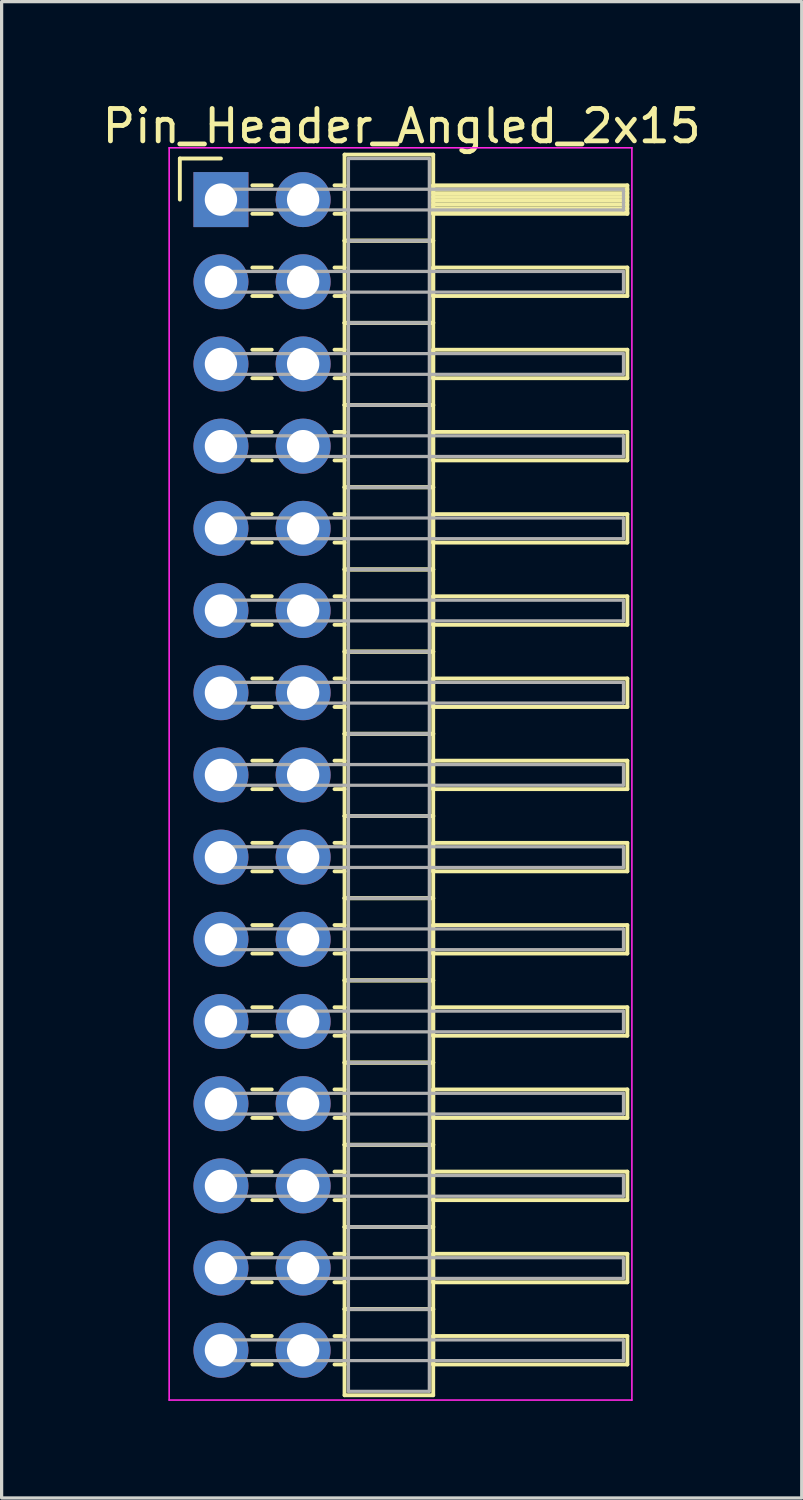
<source format=kicad_pcb>
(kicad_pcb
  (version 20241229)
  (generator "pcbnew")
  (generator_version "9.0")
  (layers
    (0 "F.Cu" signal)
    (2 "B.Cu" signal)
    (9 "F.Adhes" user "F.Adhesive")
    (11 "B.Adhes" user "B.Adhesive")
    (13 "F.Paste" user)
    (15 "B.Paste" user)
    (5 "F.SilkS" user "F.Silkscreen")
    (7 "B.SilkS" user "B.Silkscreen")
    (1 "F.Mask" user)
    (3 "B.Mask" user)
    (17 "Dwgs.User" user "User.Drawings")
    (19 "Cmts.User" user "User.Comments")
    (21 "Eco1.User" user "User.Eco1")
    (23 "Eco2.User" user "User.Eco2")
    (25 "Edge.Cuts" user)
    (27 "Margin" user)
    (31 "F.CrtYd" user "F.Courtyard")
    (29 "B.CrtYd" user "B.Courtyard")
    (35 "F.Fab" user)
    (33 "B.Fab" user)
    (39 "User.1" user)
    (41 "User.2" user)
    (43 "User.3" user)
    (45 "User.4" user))
  (footprint "Pin_Header_Angled_2x15"
    (layer "F.Cu")
    (at 3.778 3.118)
    (property "Reference" "Pin_Header_Angled_2x15" (at 5.585 -2.27 0) (layer "F.SilkS") (effects (font (size 1 1) (thickness 0.15))))
    (attr through_hole)
    (fp_line (start -1.27 -1.27) (end 0 -1.27) (stroke (width 0.12) (type solid)) (layer "F.SilkS"))
    (fp_line (start -1.27 0) (end -1.27 -1.27) (stroke (width 0.12) (type solid)) (layer "F.SilkS"))
    (fp_line (start 0.97 -0.44) (end 1.57 -0.44) (stroke (width 0.12) (type solid)) (layer "F.SilkS"))
    (fp_line (start 0.97 0.44) (end 1.57 0.44) (stroke (width 0.12) (type solid)) (layer "F.SilkS"))
    (fp_line (start 0.97 2.1) (end 1.57 2.1) (stroke (width 0.12) (type solid)) (layer "F.SilkS"))
    (fp_line (start 0.97 2.98) (end 1.57 2.98) (stroke (width 0.12) (type solid)) (layer "F.SilkS"))
    (fp_line (start 0.97 4.64) (end 1.57 4.64) (stroke (width 0.12) (type solid)) (layer "F.SilkS"))
    (fp_line (start 0.97 5.52) (end 1.57 5.52) (stroke (width 0.12) (type solid)) (layer "F.SilkS"))
    (fp_line (start 0.97 7.18) (end 1.57 7.18) (stroke (width 0.12) (type solid)) (layer "F.SilkS"))
    (fp_line (start 0.97 8.06) (end 1.57 8.06) (stroke (width 0.12) (type solid)) (layer "F.SilkS"))
    (fp_line (start 0.97 9.72) (end 1.57 9.72) (stroke (width 0.12) (type solid)) (layer "F.SilkS"))
    (fp_line (start 0.97 10.6) (end 1.57 10.6) (stroke (width 0.12) (type solid)) (layer "F.SilkS"))
    (fp_line (start 0.97 12.26) (end 1.57 12.26) (stroke (width 0.12) (type solid)) (layer "F.SilkS"))
    (fp_line (start 0.97 13.14) (end 1.57 13.14) (stroke (width 0.12) (type solid)) (layer "F.SilkS"))
    (fp_line (start 0.97 14.8) (end 1.57 14.8) (stroke (width 0.12) (type solid)) (layer "F.SilkS"))
    (fp_line (start 0.97 15.68) (end 1.57 15.68) (stroke (width 0.12) (type solid)) (layer "F.SilkS"))
    (fp_line (start 0.97 17.34) (end 1.57 17.34) (stroke (width 0.12) (type solid)) (layer "F.SilkS"))
    (fp_line (start 0.97 18.22) (end 1.57 18.22) (stroke (width 0.12) (type solid)) (layer "F.SilkS"))
    (fp_line (start 0.97 19.88) (end 1.57 19.88) (stroke (width 0.12) (type solid)) (layer "F.SilkS"))
    (fp_line (start 0.97 20.76) (end 1.57 20.76) (stroke (width 0.12) (type solid)) (layer "F.SilkS"))
    (fp_line (start 0.97 22.42) (end 1.57 22.42) (stroke (width 0.12) (type solid)) (layer "F.SilkS"))
    (fp_line (start 0.97 23.3) (end 1.57 23.3) (stroke (width 0.12) (type solid)) (layer "F.SilkS"))
    (fp_line (start 0.97 24.96) (end 1.57 24.96) (stroke (width 0.12) (type solid)) (layer "F.SilkS"))
    (fp_line (start 0.97 25.84) (end 1.57 25.84) (stroke (width 0.12) (type solid)) (layer "F.SilkS"))
    (fp_line (start 0.97 27.5) (end 1.57 27.5) (stroke (width 0.12) (type solid)) (layer "F.SilkS"))
    (fp_line (start 0.97 28.38) (end 1.57 28.38) (stroke (width 0.12) (type solid)) (layer "F.SilkS"))
    (fp_line (start 0.97 30.04) (end 1.57 30.04) (stroke (width 0.12) (type solid)) (layer "F.SilkS"))
    (fp_line (start 0.97 30.92) (end 1.57 30.92) (stroke (width 0.12) (type solid)) (layer "F.SilkS"))
    (fp_line (start 0.97 32.58) (end 1.57 32.58) (stroke (width 0.12) (type solid)) (layer "F.SilkS"))
    (fp_line (start 0.97 33.46) (end 1.57 33.46) (stroke (width 0.12) (type solid)) (layer "F.SilkS"))
    (fp_line (start 0.97 35.12) (end 1.57 35.12) (stroke (width 0.12) (type solid)) (layer "F.SilkS"))
    (fp_line (start 0.97 36) (end 1.57 36) (stroke (width 0.12) (type solid)) (layer "F.SilkS"))
    (fp_line (start 3.51 -0.44) (end 3.82 -0.44) (stroke (width 0.12) (type solid)) (layer "F.SilkS"))
    (fp_line (start 3.51 0.44) (end 3.82 0.44) (stroke (width 0.12) (type solid)) (layer "F.SilkS"))
    (fp_line (start 3.51 2.1) (end 3.82 2.1) (stroke (width 0.12) (type solid)) (layer "F.SilkS"))
    (fp_line (start 3.51 2.98) (end 3.82 2.98) (stroke (width 0.12) (type solid)) (layer "F.SilkS"))
    (fp_line (start 3.51 4.64) (end 3.82 4.64) (stroke (width 0.12) (type solid)) (layer "F.SilkS"))
    (fp_line (start 3.51 5.52) (end 3.82 5.52) (stroke (width 0.12) (type solid)) (layer "F.SilkS"))
    (fp_line (start 3.51 7.18) (end 3.82 7.18) (stroke (width 0.12) (type solid)) (layer "F.SilkS"))
    (fp_line (start 3.51 8.06) (end 3.82 8.06) (stroke (width 0.12) (type solid)) (layer "F.SilkS"))
    (fp_line (start 3.51 9.72) (end 3.82 9.72) (stroke (width 0.12) (type solid)) (layer "F.SilkS"))
    (fp_line (start 3.51 10.6) (end 3.82 10.6) (stroke (width 0.12) (type solid)) (layer "F.SilkS"))
    (fp_line (start 3.51 12.26) (end 3.82 12.26) (stroke (width 0.12) (type solid)) (layer "F.SilkS"))
    (fp_line (start 3.51 13.14) (end 3.82 13.14) (stroke (width 0.12) (type solid)) (layer "F.SilkS"))
    (fp_line (start 3.51 14.8) (end 3.82 14.8) (stroke (width 0.12) (type solid)) (layer "F.SilkS"))
    (fp_line (start 3.51 15.68) (end 3.82 15.68) (stroke (width 0.12) (type solid)) (layer "F.SilkS"))
    (fp_line (start 3.51 17.34) (end 3.82 17.34) (stroke (width 0.12) (type solid)) (layer "F.SilkS"))
    (fp_line (start 3.51 18.22) (end 3.82 18.22) (stroke (width 0.12) (type solid)) (layer "F.SilkS"))
    (fp_line (start 3.51 19.88) (end 3.82 19.88) (stroke (width 0.12) (type solid)) (layer "F.SilkS"))
    (fp_line (start 3.51 20.76) (end 3.82 20.76) (stroke (width 0.12) (type solid)) (layer "F.SilkS"))
    (fp_line (start 3.51 22.42) (end 3.82 22.42) (stroke (width 0.12) (type solid)) (layer "F.SilkS"))
    (fp_line (start 3.51 23.3) (end 3.82 23.3) (stroke (width 0.12) (type solid)) (layer "F.SilkS"))
    (fp_line (start 3.51 24.96) (end 3.82 24.96) (stroke (width 0.12) (type solid)) (layer "F.SilkS"))
    (fp_line (start 3.51 25.84) (end 3.82 25.84) (stroke (width 0.12) (type solid)) (layer "F.SilkS"))
    (fp_line (start 3.51 27.5) (end 3.82 27.5) (stroke (width 0.12) (type solid)) (layer "F.SilkS"))
    (fp_line (start 3.51 28.38) (end 3.82 28.38) (stroke (width 0.12) (type solid)) (layer "F.SilkS"))
    (fp_line (start 3.51 30.04) (end 3.82 30.04) (stroke (width 0.12) (type solid)) (layer "F.SilkS"))
    (fp_line (start 3.51 30.92) (end 3.82 30.92) (stroke (width 0.12) (type solid)) (layer "F.SilkS"))
    (fp_line (start 3.51 32.58) (end 3.82 32.58) (stroke (width 0.12) (type solid)) (layer "F.SilkS"))
    (fp_line (start 3.51 33.46) (end 3.82 33.46) (stroke (width 0.12) (type solid)) (layer "F.SilkS"))
    (fp_line (start 3.51 35.12) (end 3.82 35.12) (stroke (width 0.12) (type solid)) (layer "F.SilkS"))
    (fp_line (start 3.51 36) (end 3.82 36) (stroke (width 0.12) (type solid)) (layer "F.SilkS"))
    (fp_line (start 3.82 -1.39) (end 3.82 1.27) (stroke (width 0.12) (type solid)) (layer "F.SilkS"))
    (fp_line (start 3.82 1.27) (end 3.82 3.81) (stroke (width 0.12) (type solid)) (layer "F.SilkS"))
    (fp_line (start 3.82 1.27) (end 6.56 1.27) (stroke (width 0.12) (type solid)) (layer "F.SilkS"))
    (fp_line (start 3.82 3.81) (end 3.82 6.35) (stroke (width 0.12) (type solid)) (layer "F.SilkS"))
    (fp_line (start 3.82 3.81) (end 6.56 3.81) (stroke (width 0.12) (type solid)) (layer "F.SilkS"))
    (fp_line (start 3.82 6.35) (end 3.82 8.89) (stroke (width 0.12) (type solid)) (layer "F.SilkS"))
    (fp_line (start 3.82 6.35) (end 6.56 6.35) (stroke (width 0.12) (type solid)) (layer "F.SilkS"))
    (fp_line (start 3.82 8.89) (end 3.82 11.43) (stroke (width 0.12) (type solid)) (layer "F.SilkS"))
    (fp_line (start 3.82 8.89) (end 6.56 8.89) (stroke (width 0.12) (type solid)) (layer "F.SilkS"))
    (fp_line (start 3.82 11.43) (end 3.82 13.97) (stroke (width 0.12) (type solid)) (layer "F.SilkS"))
    (fp_line (start 3.82 11.43) (end 6.56 11.43) (stroke (width 0.12) (type solid)) (layer "F.SilkS"))
    (fp_line (start 3.82 13.97) (end 3.82 16.51) (stroke (width 0.12) (type solid)) (layer "F.SilkS"))
    (fp_line (start 3.82 13.97) (end 6.56 13.97) (stroke (width 0.12) (type solid)) (layer "F.SilkS"))
    (fp_line (start 3.82 16.51) (end 3.82 19.05) (stroke (width 0.12) (type solid)) (layer "F.SilkS"))
    (fp_line (start 3.82 16.51) (end 6.56 16.51) (stroke (width 0.12) (type solid)) (layer "F.SilkS"))
    (fp_line (start 3.82 19.05) (end 3.82 21.59) (stroke (width 0.12) (type solid)) (layer "F.SilkS"))
    (fp_line (start 3.82 19.05) (end 6.56 19.05) (stroke (width 0.12) (type solid)) (layer "F.SilkS"))
    (fp_line (start 3.82 21.59) (end 3.82 24.13) (stroke (width 0.12) (type solid)) (layer "F.SilkS"))
    (fp_line (start 3.82 21.59) (end 6.56 21.59) (stroke (width 0.12) (type solid)) (layer "F.SilkS"))
    (fp_line (start 3.82 24.13) (end 3.82 26.67) (stroke (width 0.12) (type solid)) (layer "F.SilkS"))
    (fp_line (start 3.82 24.13) (end 6.56 24.13) (stroke (width 0.12) (type solid)) (layer "F.SilkS"))
    (fp_line (start 3.82 26.67) (end 3.82 29.21) (stroke (width 0.12) (type solid)) (layer "F.SilkS"))
    (fp_line (start 3.82 26.67) (end 6.56 26.67) (stroke (width 0.12) (type solid)) (layer "F.SilkS"))
    (fp_line (start 3.82 29.21) (end 3.82 31.75) (stroke (width 0.12) (type solid)) (layer "F.SilkS"))
    (fp_line (start 3.82 29.21) (end 6.56 29.21) (stroke (width 0.12) (type solid)) (layer "F.SilkS"))
    (fp_line (start 3.82 31.75) (end 3.82 34.29) (stroke (width 0.12) (type solid)) (layer "F.SilkS"))
    (fp_line (start 3.82 31.75) (end 6.56 31.75) (stroke (width 0.12) (type solid)) (layer "F.SilkS"))
    (fp_line (start 3.82 34.29) (end 3.82 36.95) (stroke (width 0.12) (type solid)) (layer "F.SilkS"))
    (fp_line (start 3.82 34.29) (end 6.56 34.29) (stroke (width 0.12) (type solid)) (layer "F.SilkS"))
    (fp_line (start 3.82 36.95) (end 6.56 36.95) (stroke (width 0.12) (type solid)) (layer "F.SilkS"))
    (fp_line (start 6.56 -1.39) (end 3.82 -1.39) (stroke (width 0.12) (type solid)) (layer "F.SilkS"))
    (fp_line (start 6.56 -0.44) (end 6.56 0.44) (stroke (width 0.12) (type solid)) (layer "F.SilkS"))
    (fp_line (start 6.56 -0.32) (end 12.56 -0.32) (stroke (width 0.12) (type solid)) (layer "F.SilkS"))
    (fp_line (start 6.56 -0.2) (end 12.56 -0.2) (stroke (width 0.12) (type solid)) (layer "F.SilkS"))
    (fp_line (start 6.56 -0.08) (end 12.56 -0.08) (stroke (width 0.12) (type solid)) (layer "F.SilkS"))
    (fp_line (start 6.56 0.04) (end 12.56 0.04) (stroke (width 0.12) (type solid)) (layer "F.SilkS"))
    (fp_line (start 6.56 0.16) (end 12.56 0.16) (stroke (width 0.12) (type solid)) (layer "F.SilkS"))
    (fp_line (start 6.56 0.28) (end 12.56 0.28) (stroke (width 0.12) (type solid)) (layer "F.SilkS"))
    (fp_line (start 6.56 0.4) (end 12.56 0.4) (stroke (width 0.12) (type solid)) (layer "F.SilkS"))
    (fp_line (start 6.56 0.44) (end 12.56 0.44) (stroke (width 0.12) (type solid)) (layer "F.SilkS"))
    (fp_line (start 6.56 1.27) (end 3.82 1.27) (stroke (width 0.12) (type solid)) (layer "F.SilkS"))
    (fp_line (start 6.56 1.27) (end 6.56 -1.39) (stroke (width 0.12) (type solid)) (layer "F.SilkS"))
    (fp_line (start 6.56 2.1) (end 6.56 2.98) (stroke (width 0.12) (type solid)) (layer "F.SilkS"))
    (fp_line (start 6.56 2.98) (end 12.56 2.98) (stroke (width 0.12) (type solid)) (layer "F.SilkS"))
    (fp_line (start 6.56 3.81) (end 3.82 3.81) (stroke (width 0.12) (type solid)) (layer "F.SilkS"))
    (fp_line (start 6.56 3.81) (end 6.56 1.27) (stroke (width 0.12) (type solid)) (layer "F.SilkS"))
    (fp_line (start 6.56 4.64) (end 6.56 5.52) (stroke (width 0.12) (type solid)) (layer "F.SilkS"))
    (fp_line (start 6.56 5.52) (end 12.56 5.52) (stroke (width 0.12) (type solid)) (layer "F.SilkS"))
    (fp_line (start 6.56 6.35) (end 3.82 6.35) (stroke (width 0.12) (type solid)) (layer "F.SilkS"))
    (fp_line (start 6.56 6.35) (end 6.56 3.81) (stroke (width 0.12) (type solid)) (layer "F.SilkS"))
    (fp_line (start 6.56 7.18) (end 6.56 8.06) (stroke (width 0.12) (type solid)) (layer "F.SilkS"))
    (fp_line (start 6.56 8.06) (end 12.56 8.06) (stroke (width 0.12) (type solid)) (layer "F.SilkS"))
    (fp_line (start 6.56 8.89) (end 3.82 8.89) (stroke (width 0.12) (type solid)) (layer "F.SilkS"))
    (fp_line (start 6.56 8.89) (end 6.56 6.35) (stroke (width 0.12) (type solid)) (layer "F.SilkS"))
    (fp_line (start 6.56 9.72) (end 6.56 10.6) (stroke (width 0.12) (type solid)) (layer "F.SilkS"))
    (fp_line (start 6.56 10.6) (end 12.56 10.6) (stroke (width 0.12) (type solid)) (layer "F.SilkS"))
    (fp_line (start 6.56 11.43) (end 3.82 11.43) (stroke (width 0.12) (type solid)) (layer "F.SilkS"))
    (fp_line (start 6.56 11.43) (end 6.56 8.89) (stroke (width 0.12) (type solid)) (layer "F.SilkS"))
    (fp_line (start 6.56 12.26) (end 6.56 13.14) (stroke (width 0.12) (type solid)) (layer "F.SilkS"))
    (fp_line (start 6.56 13.14) (end 12.56 13.14) (stroke (width 0.12) (type solid)) (layer "F.SilkS"))
    (fp_line (start 6.56 13.97) (end 3.82 13.97) (stroke (width 0.12) (type solid)) (layer "F.SilkS"))
    (fp_line (start 6.56 13.97) (end 6.56 11.43) (stroke (width 0.12) (type solid)) (layer "F.SilkS"))
    (fp_line (start 6.56 14.8) (end 6.56 15.68) (stroke (width 0.12) (type solid)) (layer "F.SilkS"))
    (fp_line (start 6.56 15.68) (end 12.56 15.68) (stroke (width 0.12) (type solid)) (layer "F.SilkS"))
    (fp_line (start 6.56 16.51) (end 3.82 16.51) (stroke (width 0.12) (type solid)) (layer "F.SilkS"))
    (fp_line (start 6.56 16.51) (end 6.56 13.97) (stroke (width 0.12) (type solid)) (layer "F.SilkS"))
    (fp_line (start 6.56 17.34) (end 6.56 18.22) (stroke (width 0.12) (type solid)) (layer "F.SilkS"))
    (fp_line (start 6.56 18.22) (end 12.56 18.22) (stroke (width 0.12) (type solid)) (layer "F.SilkS"))
    (fp_line (start 6.56 19.05) (end 3.82 19.05) (stroke (width 0.12) (type solid)) (layer "F.SilkS"))
    (fp_line (start 6.56 19.05) (end 6.56 16.51) (stroke (width 0.12) (type solid)) (layer "F.SilkS"))
    (fp_line (start 6.56 19.88) (end 6.56 20.76) (stroke (width 0.12) (type solid)) (layer "F.SilkS"))
    (fp_line (start 6.56 20.76) (end 12.56 20.76) (stroke (width 0.12) (type solid)) (layer "F.SilkS"))
    (fp_line (start 6.56 21.59) (end 3.82 21.59) (stroke (width 0.12) (type solid)) (layer "F.SilkS"))
    (fp_line (start 6.56 21.59) (end 6.56 19.05) (stroke (width 0.12) (type solid)) (layer "F.SilkS"))
    (fp_line (start 6.56 22.42) (end 6.56 23.3) (stroke (width 0.12) (type solid)) (layer "F.SilkS"))
    (fp_line (start 6.56 23.3) (end 12.56 23.3) (stroke (width 0.12) (type solid)) (layer "F.SilkS"))
    (fp_line (start 6.56 24.13) (end 3.82 24.13) (stroke (width 0.12) (type solid)) (layer "F.SilkS"))
    (fp_line (start 6.56 24.13) (end 6.56 21.59) (stroke (width 0.12) (type solid)) (layer "F.SilkS"))
    (fp_line (start 6.56 24.96) (end 6.56 25.84) (stroke (width 0.12) (type solid)) (layer "F.SilkS"))
    (fp_line (start 6.56 25.84) (end 12.56 25.84) (stroke (width 0.12) (type solid)) (layer "F.SilkS"))
    (fp_line (start 6.56 26.67) (end 3.82 26.67) (stroke (width 0.12) (type solid)) (layer "F.SilkS"))
    (fp_line (start 6.56 26.67) (end 6.56 24.13) (stroke (width 0.12) (type solid)) (layer "F.SilkS"))
    (fp_line (start 6.56 27.5) (end 6.56 28.38) (stroke (width 0.12) (type solid)) (layer "F.SilkS"))
    (fp_line (start 6.56 28.38) (end 12.56 28.38) (stroke (width 0.12) (type solid)) (layer "F.SilkS"))
    (fp_line (start 6.56 29.21) (end 3.82 29.21) (stroke (width 0.12) (type solid)) (layer "F.SilkS"))
    (fp_line (start 6.56 29.21) (end 6.56 26.67) (stroke (width 0.12) (type solid)) (layer "F.SilkS"))
    (fp_line (start 6.56 30.04) (end 6.56 30.92) (stroke (width 0.12) (type solid)) (layer "F.SilkS"))
    (fp_line (start 6.56 30.92) (end 12.56 30.92) (stroke (width 0.12) (type solid)) (layer "F.SilkS"))
    (fp_line (start 6.56 31.75) (end 3.82 31.75) (stroke (width 0.12) (type solid)) (layer "F.SilkS"))
    (fp_line (start 6.56 31.75) (end 6.56 29.21) (stroke (width 0.12) (type solid)) (layer "F.SilkS"))
    (fp_line (start 6.56 32.58) (end 6.56 33.46) (stroke (width 0.12) (type solid)) (layer "F.SilkS"))
    (fp_line (start 6.56 33.46) (end 12.56 33.46) (stroke (width 0.12) (type solid)) (layer "F.SilkS"))
    (fp_line (start 6.56 34.29) (end 3.82 34.29) (stroke (width 0.12) (type solid)) (layer "F.SilkS"))
    (fp_line (start 6.56 34.29) (end 6.56 31.75) (stroke (width 0.12) (type solid)) (layer "F.SilkS"))
    (fp_line (start 6.56 35.12) (end 6.56 36) (stroke (width 0.12) (type solid)) (layer "F.SilkS"))
    (fp_line (start 6.56 36) (end 12.56 36) (stroke (width 0.12) (type solid)) (layer "F.SilkS"))
    (fp_line (start 6.56 36.95) (end 6.56 34.29) (stroke (width 0.12) (type solid)) (layer "F.SilkS"))
    (fp_line (start 12.56 -0.44) (end 6.56 -0.44) (stroke (width 0.12) (type solid)) (layer "F.SilkS"))
    (fp_line (start 12.56 0.44) (end 12.56 -0.44) (stroke (width 0.12) (type solid)) (layer "F.SilkS"))
    (fp_line (start 12.56 2.1) (end 6.56 2.1) (stroke (width 0.12) (type solid)) (layer "F.SilkS"))
    (fp_line (start 12.56 2.98) (end 12.56 2.1) (stroke (width 0.12) (type solid)) (layer "F.SilkS"))
    (fp_line (start 12.56 4.64) (end 6.56 4.64) (stroke (width 0.12) (type solid)) (layer "F.SilkS"))
    (fp_line (start 12.56 5.52) (end 12.56 4.64) (stroke (width 0.12) (type solid)) (layer "F.SilkS"))
    (fp_line (start 12.56 7.18) (end 6.56 7.18) (stroke (width 0.12) (type solid)) (layer "F.SilkS"))
    (fp_line (start 12.56 8.06) (end 12.56 7.18) (stroke (width 0.12) (type solid)) (layer "F.SilkS"))
    (fp_line (start 12.56 9.72) (end 6.56 9.72) (stroke (width 0.12) (type solid)) (layer "F.SilkS"))
    (fp_line (start 12.56 10.6) (end 12.56 9.72) (stroke (width 0.12) (type solid)) (layer "F.SilkS"))
    (fp_line (start 12.56 12.26) (end 6.56 12.26) (stroke (width 0.12) (type solid)) (layer "F.SilkS"))
    (fp_line (start 12.56 13.14) (end 12.56 12.26) (stroke (width 0.12) (type solid)) (layer "F.SilkS"))
    (fp_line (start 12.56 14.8) (end 6.56 14.8) (stroke (width 0.12) (type solid)) (layer "F.SilkS"))
    (fp_line (start 12.56 15.68) (end 12.56 14.8) (stroke (width 0.12) (type solid)) (layer "F.SilkS"))
    (fp_line (start 12.56 17.34) (end 6.56 17.34) (stroke (width 0.12) (type solid)) (layer "F.SilkS"))
    (fp_line (start 12.56 18.22) (end 12.56 17.34) (stroke (width 0.12) (type solid)) (layer "F.SilkS"))
    (fp_line (start 12.56 19.88) (end 6.56 19.88) (stroke (width 0.12) (type solid)) (layer "F.SilkS"))
    (fp_line (start 12.56 20.76) (end 12.56 19.88) (stroke (width 0.12) (type solid)) (layer "F.SilkS"))
    (fp_line (start 12.56 22.42) (end 6.56 22.42) (stroke (width 0.12) (type solid)) (layer "F.SilkS"))
    (fp_line (start 12.56 23.3) (end 12.56 22.42) (stroke (width 0.12) (type solid)) (layer "F.SilkS"))
    (fp_line (start 12.56 24.96) (end 6.56 24.96) (stroke (width 0.12) (type solid)) (layer "F.SilkS"))
    (fp_line (start 12.56 25.84) (end 12.56 24.96) (stroke (width 0.12) (type solid)) (layer "F.SilkS"))
    (fp_line (start 12.56 27.5) (end 6.56 27.5) (stroke (width 0.12) (type solid)) (layer "F.SilkS"))
    (fp_line (start 12.56 28.38) (end 12.56 27.5) (stroke (width 0.12) (type solid)) (layer "F.SilkS"))
    (fp_line (start 12.56 30.04) (end 6.56 30.04) (stroke (width 0.12) (type solid)) (layer "F.SilkS"))
    (fp_line (start 12.56 30.92) (end 12.56 30.04) (stroke (width 0.12) (type solid)) (layer "F.SilkS"))
    (fp_line (start 12.56 32.58) (end 6.56 32.58) (stroke (width 0.12) (type solid)) (layer "F.SilkS"))
    (fp_line (start 12.56 33.46) (end 12.56 32.58) (stroke (width 0.12) (type solid)) (layer "F.SilkS"))
    (fp_line (start 12.56 35.12) (end 6.56 35.12) (stroke (width 0.12) (type solid)) (layer "F.SilkS"))
    (fp_line (start 12.56 36) (end 12.56 35.12) (stroke (width 0.12) (type solid)) (layer "F.SilkS"))
    (fp_line (start -1.6 -1.6) (end -1.6 37.1) (stroke (width 0.05) (type solid)) (layer "F.CrtYd"))
    (fp_line (start -1.6 37.1) (end 12.7 37.1) (stroke (width 0.05) (type solid)) (layer "F.CrtYd"))
    (fp_line (start 12.7 -1.6) (end -1.6 -1.6) (stroke (width 0.05) (type solid)) (layer "F.CrtYd"))
    (fp_line (start 12.7 37.1) (end 12.7 -1.6) (stroke (width 0.05) (type solid)) (layer "F.CrtYd"))
    (fp_line (start 0 -0.32) (end 0 0.32) (stroke (width 0.1) (type solid)) (layer "F.Fab"))
    (fp_line (start 0 0.32) (end 12.44 0.32) (stroke (width 0.1) (type solid)) (layer "F.Fab"))
    (fp_line (start 0 2.22) (end 0 2.86) (stroke (width 0.1) (type solid)) (layer "F.Fab"))
    (fp_line (start 0 2.86) (end 12.44 2.86) (stroke (width 0.1) (type solid)) (layer "F.Fab"))
    (fp_line (start 0 4.76) (end 0 5.4) (stroke (width 0.1) (type solid)) (layer "F.Fab"))
    (fp_line (start 0 5.4) (end 12.44 5.4) (stroke (width 0.1) (type solid)) (layer "F.Fab"))
    (fp_line (start 0 7.3) (end 0 7.94) (stroke (width 0.1) (type solid)) (layer "F.Fab"))
    (fp_line (start 0 7.94) (end 12.44 7.94) (stroke (width 0.1) (type solid)) (layer "F.Fab"))
    (fp_line (start 0 9.84) (end 0 10.48) (stroke (width 0.1) (type solid)) (layer "F.Fab"))
    (fp_line (start 0 10.48) (end 12.44 10.48) (stroke (width 0.1) (type solid)) (layer "F.Fab"))
    (fp_line (start 0 12.38) (end 0 13.02) (stroke (width 0.1) (type solid)) (layer "F.Fab"))
    (fp_line (start 0 13.02) (end 12.44 13.02) (stroke (width 0.1) (type solid)) (layer "F.Fab"))
    (fp_line (start 0 14.92) (end 0 15.56) (stroke (width 0.1) (type solid)) (layer "F.Fab"))
    (fp_line (start 0 15.56) (end 12.44 15.56) (stroke (width 0.1) (type solid)) (layer "F.Fab"))
    (fp_line (start 0 17.46) (end 0 18.1) (stroke (width 0.1) (type solid)) (layer "F.Fab"))
    (fp_line (start 0 18.1) (end 12.44 18.1) (stroke (width 0.1) (type solid)) (layer "F.Fab"))
    (fp_line (start 0 20) (end 0 20.64) (stroke (width 0.1) (type solid)) (layer "F.Fab"))
    (fp_line (start 0 20.64) (end 12.44 20.64) (stroke (width 0.1) (type solid)) (layer "F.Fab"))
    (fp_line (start 0 22.54) (end 0 23.18) (stroke (width 0.1) (type solid)) (layer "F.Fab"))
    (fp_line (start 0 23.18) (end 12.44 23.18) (stroke (width 0.1) (type solid)) (layer "F.Fab"))
    (fp_line (start 0 25.08) (end 0 25.72) (stroke (width 0.1) (type solid)) (layer "F.Fab"))
    (fp_line (start 0 25.72) (end 12.44 25.72) (stroke (width 0.1) (type solid)) (layer "F.Fab"))
    (fp_line (start 0 27.62) (end 0 28.26) (stroke (width 0.1) (type solid)) (layer "F.Fab"))
    (fp_line (start 0 28.26) (end 12.44 28.26) (stroke (width 0.1) (type solid)) (layer "F.Fab"))
    (fp_line (start 0 30.16) (end 0 30.8) (stroke (width 0.1) (type solid)) (layer "F.Fab"))
    (fp_line (start 0 30.8) (end 12.44 30.8) (stroke (width 0.1) (type solid)) (layer "F.Fab"))
    (fp_line (start 0 32.7) (end 0 33.34) (stroke (width 0.1) (type solid)) (layer "F.Fab"))
    (fp_line (start 0 33.34) (end 12.44 33.34) (stroke (width 0.1) (type solid)) (layer "F.Fab"))
    (fp_line (start 0 35.24) (end 0 35.88) (stroke (width 0.1) (type solid)) (layer "F.Fab"))
    (fp_line (start 0 35.88) (end 12.44 35.88) (stroke (width 0.1) (type solid)) (layer "F.Fab"))
    (fp_line (start 3.94 -1.27) (end 3.94 1.27) (stroke (width 0.1) (type solid)) (layer "F.Fab"))
    (fp_line (start 3.94 1.27) (end 3.94 3.81) (stroke (width 0.1) (type solid)) (layer "F.Fab"))
    (fp_line (start 3.94 1.27) (end 6.44 1.27) (stroke (width 0.1) (type solid)) (layer "F.Fab"))
    (fp_line (start 3.94 3.81) (end 3.94 6.35) (stroke (width 0.1) (type solid)) (layer "F.Fab"))
    (fp_line (start 3.94 3.81) (end 6.44 3.81) (stroke (width 0.1) (type solid)) (layer "F.Fab"))
    (fp_line (start 3.94 6.35) (end 3.94 8.89) (stroke (width 0.1) (type solid)) (layer "F.Fab"))
    (fp_line (start 3.94 6.35) (end 6.44 6.35) (stroke (width 0.1) (type solid)) (layer "F.Fab"))
    (fp_line (start 3.94 8.89) (end 3.94 11.43) (stroke (width 0.1) (type solid)) (layer "F.Fab"))
    (fp_line (start 3.94 8.89) (end 6.44 8.89) (stroke (width 0.1) (type solid)) (layer "F.Fab"))
    (fp_line (start 3.94 11.43) (end 3.94 13.97) (stroke (width 0.1) (type solid)) (layer "F.Fab"))
    (fp_line (start 3.94 11.43) (end 6.44 11.43) (stroke (width 0.1) (type solid)) (layer "F.Fab"))
    (fp_line (start 3.94 13.97) (end 3.94 16.51) (stroke (width 0.1) (type solid)) (layer "F.Fab"))
    (fp_line (start 3.94 13.97) (end 6.44 13.97) (stroke (width 0.1) (type solid)) (layer "F.Fab"))
    (fp_line (start 3.94 16.51) (end 3.94 19.05) (stroke (width 0.1) (type solid)) (layer "F.Fab"))
    (fp_line (start 3.94 16.51) (end 6.44 16.51) (stroke (width 0.1) (type solid)) (layer "F.Fab"))
    (fp_line (start 3.94 19.05) (end 3.94 21.59) (stroke (width 0.1) (type solid)) (layer "F.Fab"))
    (fp_line (start 3.94 19.05) (end 6.44 19.05) (stroke (width 0.1) (type solid)) (layer "F.Fab"))
    (fp_line (start 3.94 21.59) (end 3.94 24.13) (stroke (width 0.1) (type solid)) (layer "F.Fab"))
    (fp_line (start 3.94 21.59) (end 6.44 21.59) (stroke (width 0.1) (type solid)) (layer "F.Fab"))
    (fp_line (start 3.94 24.13) (end 3.94 26.67) (stroke (width 0.1) (type solid)) (layer "F.Fab"))
    (fp_line (start 3.94 24.13) (end 6.44 24.13) (stroke (width 0.1) (type solid)) (layer "F.Fab"))
    (fp_line (start 3.94 26.67) (end 3.94 29.21) (stroke (width 0.1) (type solid)) (layer "F.Fab"))
    (fp_line (start 3.94 26.67) (end 6.44 26.67) (stroke (width 0.1) (type solid)) (layer "F.Fab"))
    (fp_line (start 3.94 29.21) (end 3.94 31.75) (stroke (width 0.1) (type solid)) (layer "F.Fab"))
    (fp_line (start 3.94 29.21) (end 6.44 29.21) (stroke (width 0.1) (type solid)) (layer "F.Fab"))
    (fp_line (start 3.94 31.75) (end 3.94 34.29) (stroke (width 0.1) (type solid)) (layer "F.Fab"))
    (fp_line (start 3.94 31.75) (end 6.44 31.75) (stroke (width 0.1) (type solid)) (layer "F.Fab"))
    (fp_line (start 3.94 34.29) (end 3.94 36.83) (stroke (width 0.1) (type solid)) (layer "F.Fab"))
    (fp_line (start 3.94 34.29) (end 6.44 34.29) (stroke (width 0.1) (type solid)) (layer "F.Fab"))
    (fp_line (start 3.94 36.83) (end 6.44 36.83) (stroke (width 0.1) (type solid)) (layer "F.Fab"))
    (fp_line (start 6.44 -1.27) (end 3.94 -1.27) (stroke (width 0.1) (type solid)) (layer "F.Fab"))
    (fp_line (start 6.44 1.27) (end 3.94 1.27) (stroke (width 0.1) (type solid)) (layer "F.Fab"))
    (fp_line (start 6.44 1.27) (end 6.44 -1.27) (stroke (width 0.1) (type solid)) (layer "F.Fab"))
    (fp_line (start 6.44 3.81) (end 3.94 3.81) (stroke (width 0.1) (type solid)) (layer "F.Fab"))
    (fp_line (start 6.44 3.81) (end 6.44 1.27) (stroke (width 0.1) (type solid)) (layer "F.Fab"))
    (fp_line (start 6.44 6.35) (end 3.94 6.35) (stroke (width 0.1) (type solid)) (layer "F.Fab"))
    (fp_line (start 6.44 6.35) (end 6.44 3.81) (stroke (width 0.1) (type solid)) (layer "F.Fab"))
    (fp_line (start 6.44 8.89) (end 3.94 8.89) (stroke (width 0.1) (type solid)) (layer "F.Fab"))
    (fp_line (start 6.44 8.89) (end 6.44 6.35) (stroke (width 0.1) (type solid)) (layer "F.Fab"))
    (fp_line (start 6.44 11.43) (end 3.94 11.43) (stroke (width 0.1) (type solid)) (layer "F.Fab"))
    (fp_line (start 6.44 11.43) (end 6.44 8.89) (stroke (width 0.1) (type solid)) (layer "F.Fab"))
    (fp_line (start 6.44 13.97) (end 3.94 13.97) (stroke (width 0.1) (type solid)) (layer "F.Fab"))
    (fp_line (start 6.44 13.97) (end 6.44 11.43) (stroke (width 0.1) (type solid)) (layer "F.Fab"))
    (fp_line (start 6.44 16.51) (end 3.94 16.51) (stroke (width 0.1) (type solid)) (layer "F.Fab"))
    (fp_line (start 6.44 16.51) (end 6.44 13.97) (stroke (width 0.1) (type solid)) (layer "F.Fab"))
    (fp_line (start 6.44 19.05) (end 3.94 19.05) (stroke (width 0.1) (type solid)) (layer "F.Fab"))
    (fp_line (start 6.44 19.05) (end 6.44 16.51) (stroke (width 0.1) (type solid)) (layer "F.Fab"))
    (fp_line (start 6.44 21.59) (end 3.94 21.59) (stroke (width 0.1) (type solid)) (layer "F.Fab"))
    (fp_line (start 6.44 21.59) (end 6.44 19.05) (stroke (width 0.1) (type solid)) (layer "F.Fab"))
    (fp_line (start 6.44 24.13) (end 3.94 24.13) (stroke (width 0.1) (type solid)) (layer "F.Fab"))
    (fp_line (start 6.44 24.13) (end 6.44 21.59) (stroke (width 0.1) (type solid)) (layer "F.Fab"))
    (fp_line (start 6.44 26.67) (end 3.94 26.67) (stroke (width 0.1) (type solid)) (layer "F.Fab"))
    (fp_line (start 6.44 26.67) (end 6.44 24.13) (stroke (width 0.1) (type solid)) (layer "F.Fab"))
    (fp_line (start 6.44 29.21) (end 3.94 29.21) (stroke (width 0.1) (type solid)) (layer "F.Fab"))
    (fp_line (start 6.44 29.21) (end 6.44 26.67) (stroke (width 0.1) (type solid)) (layer "F.Fab"))
    (fp_line (start 6.44 31.75) (end 3.94 31.75) (stroke (width 0.1) (type solid)) (layer "F.Fab"))
    (fp_line (start 6.44 31.75) (end 6.44 29.21) (stroke (width 0.1) (type solid)) (layer "F.Fab"))
    (fp_line (start 6.44 34.29) (end 3.94 34.29) (stroke (width 0.1) (type solid)) (layer "F.Fab"))
    (fp_line (start 6.44 34.29) (end 6.44 31.75) (stroke (width 0.1) (type solid)) (layer "F.Fab"))
    (fp_line (start 6.44 36.83) (end 6.44 34.29) (stroke (width 0.1) (type solid)) (layer "F.Fab"))
    (fp_line (start 12.44 -0.32) (end 0 -0.32) (stroke (width 0.1) (type solid)) (layer "F.Fab"))
    (fp_line (start 12.44 0.32) (end 12.44 -0.32) (stroke (width 0.1) (type solid)) (layer "F.Fab"))
    (fp_line (start 12.44 2.22) (end 0 2.22) (stroke (width 0.1) (type solid)) (layer "F.Fab"))
    (fp_line (start 12.44 2.86) (end 12.44 2.22) (stroke (width 0.1) (type solid)) (layer "F.Fab"))
    (fp_line (start 12.44 4.76) (end 0 4.76) (stroke (width 0.1) (type solid)) (layer "F.Fab"))
    (fp_line (start 12.44 5.4) (end 12.44 4.76) (stroke (width 0.1) (type solid)) (layer "F.Fab"))
    (fp_line (start 12.44 7.3) (end 0 7.3) (stroke (width 0.1) (type solid)) (layer "F.Fab"))
    (fp_line (start 12.44 7.94) (end 12.44 7.3) (stroke (width 0.1) (type solid)) (layer "F.Fab"))
    (fp_line (start 12.44 9.84) (end 0 9.84) (stroke (width 0.1) (type solid)) (layer "F.Fab"))
    (fp_line (start 12.44 10.48) (end 12.44 9.84) (stroke (width 0.1) (type solid)) (layer "F.Fab"))
    (fp_line (start 12.44 12.38) (end 0 12.38) (stroke (width 0.1) (type solid)) (layer "F.Fab"))
    (fp_line (start 12.44 13.02) (end 12.44 12.38) (stroke (width 0.1) (type solid)) (layer "F.Fab"))
    (fp_line (start 12.44 14.92) (end 0 14.92) (stroke (width 0.1) (type solid)) (layer "F.Fab"))
    (fp_line (start 12.44 15.56) (end 12.44 14.92) (stroke (width 0.1) (type solid)) (layer "F.Fab"))
    (fp_line (start 12.44 17.46) (end 0 17.46) (stroke (width 0.1) (type solid)) (layer "F.Fab"))
    (fp_line (start 12.44 18.1) (end 12.44 17.46) (stroke (width 0.1) (type solid)) (layer "F.Fab"))
    (fp_line (start 12.44 20) (end 0 20) (stroke (width 0.1) (type solid)) (layer "F.Fab"))
    (fp_line (start 12.44 20.64) (end 12.44 20) (stroke (width 0.1) (type solid)) (layer "F.Fab"))
    (fp_line (start 12.44 22.54) (end 0 22.54) (stroke (width 0.1) (type solid)) (layer "F.Fab"))
    (fp_line (start 12.44 23.18) (end 12.44 22.54) (stroke (width 0.1) (type solid)) (layer "F.Fab"))
    (fp_line (start 12.44 25.08) (end 0 25.08) (stroke (width 0.1) (type solid)) (layer "F.Fab"))
    (fp_line (start 12.44 25.72) (end 12.44 25.08) (stroke (width 0.1) (type solid)) (layer "F.Fab"))
    (fp_line (start 12.44 27.62) (end 0 27.62) (stroke (width 0.1) (type solid)) (layer "F.Fab"))
    (fp_line (start 12.44 28.26) (end 12.44 27.62) (stroke (width 0.1) (type solid)) (layer "F.Fab"))
    (fp_line (start 12.44 30.16) (end 0 30.16) (stroke (width 0.1) (type solid)) (layer "F.Fab"))
    (fp_line (start 12.44 30.8) (end 12.44 30.16) (stroke (width 0.1) (type solid)) (layer "F.Fab"))
    (fp_line (start 12.44 32.7) (end 0 32.7) (stroke (width 0.1) (type solid)) (layer "F.Fab"))
    (fp_line (start 12.44 33.34) (end 12.44 32.7) (stroke (width 0.1) (type solid)) (layer "F.Fab"))
    (fp_line (start 12.44 35.24) (end 0 35.24) (stroke (width 0.1) (type solid)) (layer "F.Fab"))
    (fp_line (start 12.44 35.88) (end 12.44 35.24) (stroke (width 0.1) (type solid)) (layer "F.Fab"))
    (pad "1" thru_hole rect (at 0 0) (size 1.7 1.7) (drill 1) (layers "*.Cu" "*.Mask"))
    (pad "2" thru_hole oval (at 2.54 0) (size 1.7 1.7) (drill 1) (layers "*.Cu" "*.Mask"))
    (pad "3" thru_hole oval (at 0 2.54) (size 1.7 1.7) (drill 1) (layers "*.Cu" "*.Mask"))
    (pad "4" thru_hole oval (at 2.54 2.54) (size 1.7 1.7) (drill 1) (layers "*.Cu" "*.Mask"))
    (pad "5" thru_hole oval (at 0 5.08) (size 1.7 1.7) (drill 1) (layers "*.Cu" "*.Mask"))
    (pad "6" thru_hole oval (at 2.54 5.08) (size 1.7 1.7) (drill 1) (layers "*.Cu" "*.Mask"))
    (pad "7" thru_hole oval (at 0 7.62) (size 1.7 1.7) (drill 1) (layers "*.Cu" "*.Mask"))
    (pad "8" thru_hole oval (at 2.54 7.62) (size 1.7 1.7) (drill 1) (layers "*.Cu" "*.Mask"))
    (pad "9" thru_hole oval (at 0 10.16) (size 1.7 1.7) (drill 1) (layers "*.Cu" "*.Mask"))
    (pad "10" thru_hole oval (at 2.54 10.16) (size 1.7 1.7) (drill 1) (layers "*.Cu" "*.Mask"))
    (pad "11" thru_hole oval (at 0 12.7) (size 1.7 1.7) (drill 1) (layers "*.Cu" "*.Mask"))
    (pad "12" thru_hole oval (at 2.54 12.7) (size 1.7 1.7) (drill 1) (layers "*.Cu" "*.Mask"))
    (pad "13" thru_hole oval (at 0 15.24) (size 1.7 1.7) (drill 1) (layers "*.Cu" "*.Mask"))
    (pad "14" thru_hole oval (at 2.54 15.24) (size 1.7 1.7) (drill 1) (layers "*.Cu" "*.Mask"))
    (pad "15" thru_hole oval (at 0 17.78) (size 1.7 1.7) (drill 1) (layers "*.Cu" "*.Mask"))
    (pad "16" thru_hole oval (at 2.54 17.78) (size 1.7 1.7) (drill 1) (layers "*.Cu" "*.Mask"))
    (pad "17" thru_hole oval (at 0 20.32) (size 1.7 1.7) (drill 1) (layers "*.Cu" "*.Mask"))
    (pad "18" thru_hole oval (at 2.54 20.32) (size 1.7 1.7) (drill 1) (layers "*.Cu" "*.Mask"))
    (pad "19" thru_hole oval (at 0 22.86) (size 1.7 1.7) (drill 1) (layers "*.Cu" "*.Mask"))
    (pad "20" thru_hole oval (at 2.54 22.86) (size 1.7 1.7) (drill 1) (layers "*.Cu" "*.Mask"))
    (pad "21" thru_hole oval (at 0 25.4) (size 1.7 1.7) (drill 1) (layers "*.Cu" "*.Mask"))
    (pad "22" thru_hole oval (at 2.54 25.4) (size 1.7 1.7) (drill 1) (layers "*.Cu" "*.Mask"))
    (pad "23" thru_hole oval (at 0 27.94) (size 1.7 1.7) (drill 1) (layers "*.Cu" "*.Mask"))
    (pad "24" thru_hole oval (at 2.54 27.94) (size 1.7 1.7) (drill 1) (layers "*.Cu" "*.Mask"))
    (pad "25" thru_hole oval (at 0 30.48) (size 1.7 1.7) (drill 1) (layers "*.Cu" "*.Mask"))
    (pad "26" thru_hole oval (at 2.54 30.48) (size 1.7 1.7) (drill 1) (layers "*.Cu" "*.Mask"))
    (pad "27" thru_hole oval (at 0 33.02) (size 1.7 1.7) (drill 1) (layers "*.Cu" "*.Mask"))
    (pad "28" thru_hole oval (at 2.54 33.02) (size 1.7 1.7) (drill 1) (layers "*.Cu" "*.Mask"))
    (pad "29" thru_hole oval (at 0 35.56) (size 1.7 1.7) (drill 1) (layers "*.Cu" "*.Mask"))
    (pad "30" thru_hole oval (at 2.54 35.56) (size 1.7 1.7) (drill 1) (layers "*.Cu" "*.Mask")))
  (gr_rect
    (start -3 -3)
    (end 21.726 43.243)
    (stroke (width 0.1) (type default))
    (fill no)
    (layer "Edge.Cuts")))
</source>
